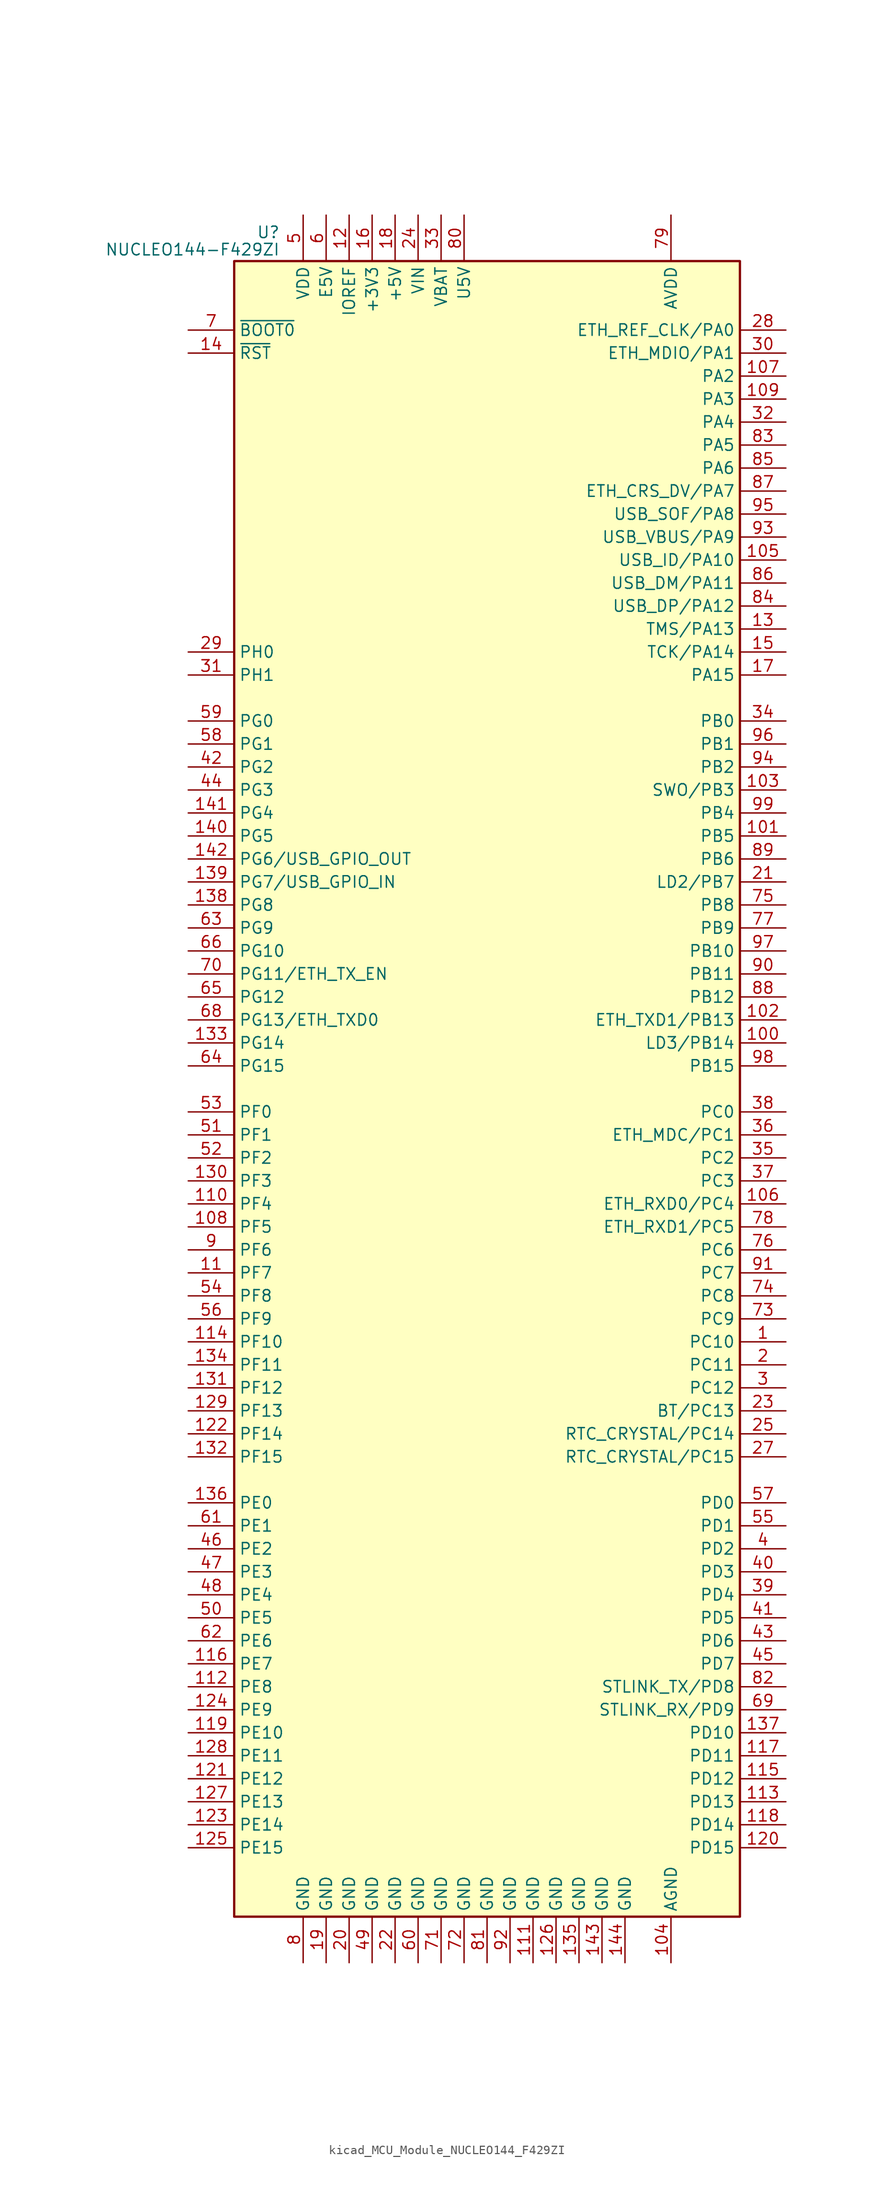
<source format=kicad_sym>
(kicad_symbol_lib
  (version 20220914)
  (generator kicad_symbol_editor)
  (symbol "kicad_MCU_Module_NUCLEO144_F429ZI"
    (property "Reference" "U"
      (at -22.86 94.615 0)
      (effects (font (size 1.27 1.27)) (justify right)))
    (property "Value" "NUCLEO144-F429ZI"
      (at -22.86 92.71 0)
      (effects (font (size 1.27 1.27)) (justify right)))
    (symbol "kicad_MCU_Module_NUCLEO144_F429ZI_0_1"
      (rectangle (start -27.94 -91.44) (end 27.94 91.44) (stroke (width 0.254) (type default)) (fill (type background))))
    (symbol "kicad_MCU_Module_NUCLEO144_F429ZI_1_1"
      (pin bidirectional line (at 33.02 -27.94 180) (length 5.08) (name "PC10" (effects (font (size 1.27 1.27)))) (number "1" (effects (font (size 1.27 1.27)))))
      (pin no_connect line (at -27.94 55.88 0) (length 5.08) hide (name "NC" (effects (font (size 1.27 1.27)))) (number "10" (effects (font (size 1.27 1.27)))))
      (pin bidirectional line (at 33.02 5.08 180) (length 5.08) (name "LD3/PB14" (effects (font (size 1.27 1.27)))) (number "100" (effects (font (size 1.27 1.27)))))
      (pin bidirectional line (at 33.02 27.94 180) (length 5.08) (name "PB5" (effects (font (size 1.27 1.27)))) (number "101" (effects (font (size 1.27 1.27)))))
      (pin bidirectional line (at 33.02 7.62 180) (length 5.08) (name "ETH_TXD1/PB13" (effects (font (size 1.27 1.27)))) (number "102" (effects (font (size 1.27 1.27)))))
      (pin bidirectional line (at 33.02 33.02 180) (length 5.08) (name "SWO/PB3" (effects (font (size 1.27 1.27)))) (number "103" (effects (font (size 1.27 1.27)))))
      (pin power_in line (at 20.32 -96.52 90) (length 5.08) (name "AGND" (effects (font (size 1.27 1.27)))) (number "104" (effects (font (size 1.27 1.27)))))
      (pin bidirectional line (at 33.02 58.42 180) (length 5.08) (name "USB_ID/PA10" (effects (font (size 1.27 1.27)))) (number "105" (effects (font (size 1.27 1.27)))))
      (pin bidirectional line (at 33.02 -12.7 180) (length 5.08) (name "ETH_RXD0/PC4" (effects (font (size 1.27 1.27)))) (number "106" (effects (font (size 1.27 1.27)))))
      (pin bidirectional line (at 33.02 78.74 180) (length 5.08) (name "PA2" (effects (font (size 1.27 1.27)))) (number "107" (effects (font (size 1.27 1.27)))))
      (pin bidirectional line (at -33.02 -15.24 0) (length 5.08) (name "PF5" (effects (font (size 1.27 1.27)))) (number "108" (effects (font (size 1.27 1.27)))))
      (pin bidirectional line (at 33.02 76.2 180) (length 5.08) (name "PA3" (effects (font (size 1.27 1.27)))) (number "109" (effects (font (size 1.27 1.27)))))
      (pin bidirectional line (at -33.02 -20.32 0) (length 5.08) (name "PF7" (effects (font (size 1.27 1.27)))) (number "11" (effects (font (size 1.27 1.27)))))
      (pin bidirectional line (at -33.02 -12.7 0) (length 5.08) (name "PF4" (effects (font (size 1.27 1.27)))) (number "110" (effects (font (size 1.27 1.27)))))
      (pin power_in line (at 5.08 -96.52 90) (length 5.08) (name "GND" (effects (font (size 1.27 1.27)))) (number "111" (effects (font (size 1.27 1.27)))))
      (pin bidirectional line (at -33.02 -66.04 0) (length 5.08) (name "PE8" (effects (font (size 1.27 1.27)))) (number "112" (effects (font (size 1.27 1.27)))))
      (pin bidirectional line (at 33.02 -78.74 180) (length 5.08) (name "PD13" (effects (font (size 1.27 1.27)))) (number "113" (effects (font (size 1.27 1.27)))))
      (pin bidirectional line (at -33.02 -27.94 0) (length 5.08) (name "PF10" (effects (font (size 1.27 1.27)))) (number "114" (effects (font (size 1.27 1.27)))))
      (pin bidirectional line (at 33.02 -76.2 180) (length 5.08) (name "PD12" (effects (font (size 1.27 1.27)))) (number "115" (effects (font (size 1.27 1.27)))))
      (pin bidirectional line (at -33.02 -63.5 0) (length 5.08) (name "PE7" (effects (font (size 1.27 1.27)))) (number "116" (effects (font (size 1.27 1.27)))))
      (pin bidirectional line (at 33.02 -73.66 180) (length 5.08) (name "PD11" (effects (font (size 1.27 1.27)))) (number "117" (effects (font (size 1.27 1.27)))))
      (pin bidirectional line (at 33.02 -81.28 180) (length 5.08) (name "PD14" (effects (font (size 1.27 1.27)))) (number "118" (effects (font (size 1.27 1.27)))))
      (pin bidirectional line (at -33.02 -71.12 0) (length 5.08) (name "PE10" (effects (font (size 1.27 1.27)))) (number "119" (effects (font (size 1.27 1.27)))))
      (pin power_in line (at -15.24 96.52 270) (length 5.08) (name "IOREF" (effects (font (size 1.27 1.27)))) (number "12" (effects (font (size 1.27 1.27)))))
      (pin bidirectional line (at 33.02 -83.82 180) (length 5.08) (name "PD15" (effects (font (size 1.27 1.27)))) (number "120" (effects (font (size 1.27 1.27)))))
      (pin bidirectional line (at -33.02 -76.2 0) (length 5.08) (name "PE12" (effects (font (size 1.27 1.27)))) (number "121" (effects (font (size 1.27 1.27)))))
      (pin bidirectional line (at -33.02 -38.1 0) (length 5.08) (name "PF14" (effects (font (size 1.27 1.27)))) (number "122" (effects (font (size 1.27 1.27)))))
      (pin bidirectional line (at -33.02 -81.28 0) (length 5.08) (name "PE14" (effects (font (size 1.27 1.27)))) (number "123" (effects (font (size 1.27 1.27)))))
      (pin bidirectional line (at -33.02 -68.58 0) (length 5.08) (name "PE9" (effects (font (size 1.27 1.27)))) (number "124" (effects (font (size 1.27 1.27)))))
      (pin bidirectional line (at -33.02 -83.82 0) (length 5.08) (name "PE15" (effects (font (size 1.27 1.27)))) (number "125" (effects (font (size 1.27 1.27)))))
      (pin power_in line (at 7.62 -96.52 90) (length 5.08) (name "GND" (effects (font (size 1.27 1.27)))) (number "126" (effects (font (size 1.27 1.27)))))
      (pin bidirectional line (at -33.02 -78.74 0) (length 5.08) (name "PE13" (effects (font (size 1.27 1.27)))) (number "127" (effects (font (size 1.27 1.27)))))
      (pin bidirectional line (at -33.02 -73.66 0) (length 5.08) (name "PE11" (effects (font (size 1.27 1.27)))) (number "128" (effects (font (size 1.27 1.27)))))
      (pin bidirectional line (at -33.02 -35.56 0) (length 5.08) (name "PF13" (effects (font (size 1.27 1.27)))) (number "129" (effects (font (size 1.27 1.27)))))
      (pin bidirectional line (at 33.02 50.8 180) (length 5.08) (name "TMS/PA13" (effects (font (size 1.27 1.27)))) (number "13" (effects (font (size 1.27 1.27)))))
      (pin bidirectional line (at -33.02 -10.16 0) (length 5.08) (name "PF3" (effects (font (size 1.27 1.27)))) (number "130" (effects (font (size 1.27 1.27)))))
      (pin bidirectional line (at -33.02 -33.02 0) (length 5.08) (name "PF12" (effects (font (size 1.27 1.27)))) (number "131" (effects (font (size 1.27 1.27)))))
      (pin bidirectional line (at -33.02 -40.64 0) (length 5.08) (name "PF15" (effects (font (size 1.27 1.27)))) (number "132" (effects (font (size 1.27 1.27)))))
      (pin bidirectional line (at -33.02 5.08 0) (length 5.08) (name "PG14" (effects (font (size 1.27 1.27)))) (number "133" (effects (font (size 1.27 1.27)))))
      (pin bidirectional line (at -33.02 -30.48 0) (length 5.08) (name "PF11" (effects (font (size 1.27 1.27)))) (number "134" (effects (font (size 1.27 1.27)))))
      (pin power_in line (at 10.16 -96.52 90) (length 5.08) (name "GND" (effects (font (size 1.27 1.27)))) (number "135" (effects (font (size 1.27 1.27)))))
      (pin bidirectional line (at -33.02 -45.72 0) (length 5.08) (name "PE0" (effects (font (size 1.27 1.27)))) (number "136" (effects (font (size 1.27 1.27)))))
      (pin bidirectional line (at 33.02 -71.12 180) (length 5.08) (name "PD10" (effects (font (size 1.27 1.27)))) (number "137" (effects (font (size 1.27 1.27)))))
      (pin bidirectional line (at -33.02 20.32 0) (length 5.08) (name "PG8" (effects (font (size 1.27 1.27)))) (number "138" (effects (font (size 1.27 1.27)))))
      (pin bidirectional line (at -33.02 22.86 0) (length 5.08) (name "PG7/USB_GPIO_IN" (effects (font (size 1.27 1.27)))) (number "139" (effects (font (size 1.27 1.27)))))
      (pin input line (at -33.02 81.28 0) (length 5.08) (name "~{RST}" (effects (font (size 1.27 1.27)))) (number "14" (effects (font (size 1.27 1.27)))))
      (pin bidirectional line (at -33.02 27.94 0) (length 5.08) (name "PG5" (effects (font (size 1.27 1.27)))) (number "140" (effects (font (size 1.27 1.27)))))
      (pin bidirectional line (at -33.02 30.48 0) (length 5.08) (name "PG4" (effects (font (size 1.27 1.27)))) (number "141" (effects (font (size 1.27 1.27)))))
      (pin bidirectional line (at -33.02 25.4 0) (length 5.08) (name "PG6/USB_GPIO_OUT" (effects (font (size 1.27 1.27)))) (number "142" (effects (font (size 1.27 1.27)))))
      (pin power_in line (at 12.7 -96.52 90) (length 5.08) (name "GND" (effects (font (size 1.27 1.27)))) (number "143" (effects (font (size 1.27 1.27)))))
      (pin power_in line (at 15.24 -96.52 90) (length 5.08) (name "GND" (effects (font (size 1.27 1.27)))) (number "144" (effects (font (size 1.27 1.27)))))
      (pin bidirectional line (at 33.02 48.26 180) (length 5.08) (name "TCK/PA14" (effects (font (size 1.27 1.27)))) (number "15" (effects (font (size 1.27 1.27)))))
      (pin power_in line (at -12.7 96.52 270) (length 5.08) (name "+3V3" (effects (font (size 1.27 1.27)))) (number "16" (effects (font (size 1.27 1.27)))))
      (pin bidirectional line (at 33.02 45.72 180) (length 5.08) (name "PA15" (effects (font (size 1.27 1.27)))) (number "17" (effects (font (size 1.27 1.27)))))
      (pin power_in line (at -10.16 96.52 270) (length 5.08) (name "+5V" (effects (font (size 1.27 1.27)))) (number "18" (effects (font (size 1.27 1.27)))))
      (pin power_in line (at -17.78 -96.52 90) (length 5.08) (name "GND" (effects (font (size 1.27 1.27)))) (number "19" (effects (font (size 1.27 1.27)))))
      (pin bidirectional line (at 33.02 -30.48 180) (length 5.08) (name "PC11" (effects (font (size 1.27 1.27)))) (number "2" (effects (font (size 1.27 1.27)))))
      (pin power_in line (at -15.24 -96.52 90) (length 5.08) (name "GND" (effects (font (size 1.27 1.27)))) (number "20" (effects (font (size 1.27 1.27)))))
      (pin bidirectional line (at 33.02 22.86 180) (length 5.08) (name "LD2/PB7" (effects (font (size 1.27 1.27)))) (number "21" (effects (font (size 1.27 1.27)))))
      (pin power_in line (at -10.16 -96.52 90) (length 5.08) (name "GND" (effects (font (size 1.27 1.27)))) (number "22" (effects (font (size 1.27 1.27)))))
      (pin bidirectional line (at 33.02 -35.56 180) (length 5.08) (name "BT/PC13" (effects (font (size 1.27 1.27)))) (number "23" (effects (font (size 1.27 1.27)))))
      (pin power_in line (at -7.62 96.52 270) (length 5.08) (name "VIN" (effects (font (size 1.27 1.27)))) (number "24" (effects (font (size 1.27 1.27)))))
      (pin bidirectional line (at 33.02 -38.1 180) (length 5.08) (name "RTC_CRYSTAL/PC14" (effects (font (size 1.27 1.27)))) (number "25" (effects (font (size 1.27 1.27)))))
      (pin no_connect line (at -27.94 58.42 0) (length 5.08) hide (name "NC" (effects (font (size 1.27 1.27)))) (number "26" (effects (font (size 1.27 1.27)))))
      (pin bidirectional line (at 33.02 -40.64 180) (length 5.08) (name "RTC_CRYSTAL/PC15" (effects (font (size 1.27 1.27)))) (number "27" (effects (font (size 1.27 1.27)))))
      (pin bidirectional line (at 33.02 83.82 180) (length 5.08) (name "ETH_REF_CLK/PA0" (effects (font (size 1.27 1.27)))) (number "28" (effects (font (size 1.27 1.27)))))
      (pin bidirectional line (at -33.02 48.26 0) (length 5.08) (name "PH0" (effects (font (size 1.27 1.27)))) (number "29" (effects (font (size 1.27 1.27)))))
      (pin bidirectional line (at 33.02 -33.02 180) (length 5.08) (name "PC12" (effects (font (size 1.27 1.27)))) (number "3" (effects (font (size 1.27 1.27)))))
      (pin bidirectional line (at 33.02 81.28 180) (length 5.08) (name "ETH_MDIO/PA1" (effects (font (size 1.27 1.27)))) (number "30" (effects (font (size 1.27 1.27)))))
      (pin bidirectional line (at -33.02 45.72 0) (length 5.08) (name "PH1" (effects (font (size 1.27 1.27)))) (number "31" (effects (font (size 1.27 1.27)))))
      (pin bidirectional line (at 33.02 73.66 180) (length 5.08) (name "PA4" (effects (font (size 1.27 1.27)))) (number "32" (effects (font (size 1.27 1.27)))))
      (pin power_in line (at -5.08 96.52 270) (length 5.08) (name "VBAT" (effects (font (size 1.27 1.27)))) (number "33" (effects (font (size 1.27 1.27)))))
      (pin bidirectional line (at 33.02 40.64 180) (length 5.08) (name "PB0" (effects (font (size 1.27 1.27)))) (number "34" (effects (font (size 1.27 1.27)))))
      (pin bidirectional line (at 33.02 -7.62 180) (length 5.08) (name "PC2" (effects (font (size 1.27 1.27)))) (number "35" (effects (font (size 1.27 1.27)))))
      (pin bidirectional line (at 33.02 -5.08 180) (length 5.08) (name "ETH_MDC/PC1" (effects (font (size 1.27 1.27)))) (number "36" (effects (font (size 1.27 1.27)))))
      (pin bidirectional line (at 33.02 -10.16 180) (length 5.08) (name "PC3" (effects (font (size 1.27 1.27)))) (number "37" (effects (font (size 1.27 1.27)))))
      (pin bidirectional line (at 33.02 -2.54 180) (length 5.08) (name "PC0" (effects (font (size 1.27 1.27)))) (number "38" (effects (font (size 1.27 1.27)))))
      (pin bidirectional line (at 33.02 -55.88 180) (length 5.08) (name "PD4" (effects (font (size 1.27 1.27)))) (number "39" (effects (font (size 1.27 1.27)))))
      (pin bidirectional line (at 33.02 -50.8 180) (length 5.08) (name "PD2" (effects (font (size 1.27 1.27)))) (number "4" (effects (font (size 1.27 1.27)))))
      (pin bidirectional line (at 33.02 -53.34 180) (length 5.08) (name "PD3" (effects (font (size 1.27 1.27)))) (number "40" (effects (font (size 1.27 1.27)))))
      (pin bidirectional line (at 33.02 -58.42 180) (length 5.08) (name "PD5" (effects (font (size 1.27 1.27)))) (number "41" (effects (font (size 1.27 1.27)))))
      (pin bidirectional line (at -33.02 35.56 0) (length 5.08) (name "PG2" (effects (font (size 1.27 1.27)))) (number "42" (effects (font (size 1.27 1.27)))))
      (pin bidirectional line (at 33.02 -60.96 180) (length 5.08) (name "PD6" (effects (font (size 1.27 1.27)))) (number "43" (effects (font (size 1.27 1.27)))))
      (pin bidirectional line (at -33.02 33.02 0) (length 5.08) (name "PG3" (effects (font (size 1.27 1.27)))) (number "44" (effects (font (size 1.27 1.27)))))
      (pin bidirectional line (at 33.02 -63.5 180) (length 5.08) (name "PD7" (effects (font (size 1.27 1.27)))) (number "45" (effects (font (size 1.27 1.27)))))
      (pin bidirectional line (at -33.02 -50.8 0) (length 5.08) (name "PE2" (effects (font (size 1.27 1.27)))) (number "46" (effects (font (size 1.27 1.27)))))
      (pin bidirectional line (at -33.02 -53.34 0) (length 5.08) (name "PE3" (effects (font (size 1.27 1.27)))) (number "47" (effects (font (size 1.27 1.27)))))
      (pin bidirectional line (at -33.02 -55.88 0) (length 5.08) (name "PE4" (effects (font (size 1.27 1.27)))) (number "48" (effects (font (size 1.27 1.27)))))
      (pin power_in line (at -12.7 -96.52 90) (length 5.08) (name "GND" (effects (font (size 1.27 1.27)))) (number "49" (effects (font (size 1.27 1.27)))))
      (pin power_in line (at -20.32 96.52 270) (length 5.08) (name "VDD" (effects (font (size 1.27 1.27)))) (number "5" (effects (font (size 1.27 1.27)))))
      (pin bidirectional line (at -33.02 -58.42 0) (length 5.08) (name "PE5" (effects (font (size 1.27 1.27)))) (number "50" (effects (font (size 1.27 1.27)))))
      (pin bidirectional line (at -33.02 -5.08 0) (length 5.08) (name "PF1" (effects (font (size 1.27 1.27)))) (number "51" (effects (font (size 1.27 1.27)))))
      (pin bidirectional line (at -33.02 -7.62 0) (length 5.08) (name "PF2" (effects (font (size 1.27 1.27)))) (number "52" (effects (font (size 1.27 1.27)))))
      (pin bidirectional line (at -33.02 -2.54 0) (length 5.08) (name "PF0" (effects (font (size 1.27 1.27)))) (number "53" (effects (font (size 1.27 1.27)))))
      (pin bidirectional line (at -33.02 -22.86 0) (length 5.08) (name "PF8" (effects (font (size 1.27 1.27)))) (number "54" (effects (font (size 1.27 1.27)))))
      (pin bidirectional line (at 33.02 -48.26 180) (length 5.08) (name "PD1" (effects (font (size 1.27 1.27)))) (number "55" (effects (font (size 1.27 1.27)))))
      (pin bidirectional line (at -33.02 -25.4 0) (length 5.08) (name "PF9" (effects (font (size 1.27 1.27)))) (number "56" (effects (font (size 1.27 1.27)))))
      (pin bidirectional line (at 33.02 -45.72 180) (length 5.08) (name "PD0" (effects (font (size 1.27 1.27)))) (number "57" (effects (font (size 1.27 1.27)))))
      (pin bidirectional line (at -33.02 38.1 0) (length 5.08) (name "PG1" (effects (font (size 1.27 1.27)))) (number "58" (effects (font (size 1.27 1.27)))))
      (pin bidirectional line (at -33.02 40.64 0) (length 5.08) (name "PG0" (effects (font (size 1.27 1.27)))) (number "59" (effects (font (size 1.27 1.27)))))
      (pin power_in line (at -17.78 96.52 270) (length 5.08) (name "E5V" (effects (font (size 1.27 1.27)))) (number "6" (effects (font (size 1.27 1.27)))))
      (pin power_in line (at -7.62 -96.52 90) (length 5.08) (name "GND" (effects (font (size 1.27 1.27)))) (number "60" (effects (font (size 1.27 1.27)))))
      (pin bidirectional line (at -33.02 -48.26 0) (length 5.08) (name "PE1" (effects (font (size 1.27 1.27)))) (number "61" (effects (font (size 1.27 1.27)))))
      (pin bidirectional line (at -33.02 -60.96 0) (length 5.08) (name "PE6" (effects (font (size 1.27 1.27)))) (number "62" (effects (font (size 1.27 1.27)))))
      (pin bidirectional line (at -33.02 17.78 0) (length 5.08) (name "PG9" (effects (font (size 1.27 1.27)))) (number "63" (effects (font (size 1.27 1.27)))))
      (pin bidirectional line (at -33.02 2.54 0) (length 5.08) (name "PG15" (effects (font (size 1.27 1.27)))) (number "64" (effects (font (size 1.27 1.27)))))
      (pin bidirectional line (at -33.02 10.16 0) (length 5.08) (name "PG12" (effects (font (size 1.27 1.27)))) (number "65" (effects (font (size 1.27 1.27)))))
      (pin bidirectional line (at -33.02 15.24 0) (length 5.08) (name "PG10" (effects (font (size 1.27 1.27)))) (number "66" (effects (font (size 1.27 1.27)))))
      (pin no_connect line (at -27.94 53.34 0) (length 5.08) hide (name "NC" (effects (font (size 1.27 1.27)))) (number "67" (effects (font (size 1.27 1.27)))))
      (pin bidirectional line (at -33.02 7.62 0) (length 5.08) (name "PG13/ETH_TXD0" (effects (font (size 1.27 1.27)))) (number "68" (effects (font (size 1.27 1.27)))))
      (pin bidirectional line (at 33.02 -68.58 180) (length 5.08) (name "STLINK_RX/PD9" (effects (font (size 1.27 1.27)))) (number "69" (effects (font (size 1.27 1.27)))))
      (pin input line (at -33.02 83.82 0) (length 5.08) (name "~{BOOT0}" (effects (font (size 1.27 1.27)))) (number "7" (effects (font (size 1.27 1.27)))))
      (pin bidirectional line (at -33.02 12.7 0) (length 5.08) (name "PG11/ETH_TX_EN" (effects (font (size 1.27 1.27)))) (number "70" (effects (font (size 1.27 1.27)))))
      (pin power_in line (at -5.08 -96.52 90) (length 5.08) (name "GND" (effects (font (size 1.27 1.27)))) (number "71" (effects (font (size 1.27 1.27)))))
      (pin power_in line (at -2.54 -96.52 90) (length 5.08) (name "GND" (effects (font (size 1.27 1.27)))) (number "72" (effects (font (size 1.27 1.27)))))
      (pin bidirectional line (at 33.02 -25.4 180) (length 5.08) (name "PC9" (effects (font (size 1.27 1.27)))) (number "73" (effects (font (size 1.27 1.27)))))
      (pin bidirectional line (at 33.02 -22.86 180) (length 5.08) (name "PC8" (effects (font (size 1.27 1.27)))) (number "74" (effects (font (size 1.27 1.27)))))
      (pin bidirectional line (at 33.02 20.32 180) (length 5.08) (name "PB8" (effects (font (size 1.27 1.27)))) (number "75" (effects (font (size 1.27 1.27)))))
      (pin bidirectional line (at 33.02 -17.78 180) (length 5.08) (name "PC6" (effects (font (size 1.27 1.27)))) (number "76" (effects (font (size 1.27 1.27)))))
      (pin bidirectional line (at 33.02 17.78 180) (length 5.08) (name "PB9" (effects (font (size 1.27 1.27)))) (number "77" (effects (font (size 1.27 1.27)))))
      (pin bidirectional line (at 33.02 -15.24 180) (length 5.08) (name "ETH_RXD1/PC5" (effects (font (size 1.27 1.27)))) (number "78" (effects (font (size 1.27 1.27)))))
      (pin power_in line (at 20.32 96.52 270) (length 5.08) (name "AVDD" (effects (font (size 1.27 1.27)))) (number "79" (effects (font (size 1.27 1.27)))))
      (pin power_in line (at -20.32 -96.52 90) (length 5.08) (name "GND" (effects (font (size 1.27 1.27)))) (number "8" (effects (font (size 1.27 1.27)))))
      (pin power_in line (at -2.54 96.52 270) (length 5.08) (name "U5V" (effects (font (size 1.27 1.27)))) (number "80" (effects (font (size 1.27 1.27)))))
      (pin power_in line (at 0 -96.52 90) (length 5.08) (name "GND" (effects (font (size 1.27 1.27)))) (number "81" (effects (font (size 1.27 1.27)))))
      (pin bidirectional line (at 33.02 -66.04 180) (length 5.08) (name "STLINK_TX/PD8" (effects (font (size 1.27 1.27)))) (number "82" (effects (font (size 1.27 1.27)))))
      (pin bidirectional line (at 33.02 71.12 180) (length 5.08) (name "PA5" (effects (font (size 1.27 1.27)))) (number "83" (effects (font (size 1.27 1.27)))))
      (pin bidirectional line (at 33.02 53.34 180) (length 5.08) (name "USB_DP/PA12" (effects (font (size 1.27 1.27)))) (number "84" (effects (font (size 1.27 1.27)))))
      (pin bidirectional line (at 33.02 68.58 180) (length 5.08) (name "PA6" (effects (font (size 1.27 1.27)))) (number "85" (effects (font (size 1.27 1.27)))))
      (pin bidirectional line (at 33.02 55.88 180) (length 5.08) (name "USB_DM/PA11" (effects (font (size 1.27 1.27)))) (number "86" (effects (font (size 1.27 1.27)))))
      (pin bidirectional line (at 33.02 66.04 180) (length 5.08) (name "ETH_CRS_DV/PA7" (effects (font (size 1.27 1.27)))) (number "87" (effects (font (size 1.27 1.27)))))
      (pin bidirectional line (at 33.02 10.16 180) (length 5.08) (name "PB12" (effects (font (size 1.27 1.27)))) (number "88" (effects (font (size 1.27 1.27)))))
      (pin bidirectional line (at 33.02 25.4 180) (length 5.08) (name "PB6" (effects (font (size 1.27 1.27)))) (number "89" (effects (font (size 1.27 1.27)))))
      (pin bidirectional line (at -33.02 -17.78 0) (length 5.08) (name "PF6" (effects (font (size 1.27 1.27)))) (number "9" (effects (font (size 1.27 1.27)))))
      (pin bidirectional line (at 33.02 12.7 180) (length 5.08) (name "PB11" (effects (font (size 1.27 1.27)))) (number "90" (effects (font (size 1.27 1.27)))))
      (pin bidirectional line (at 33.02 -20.32 180) (length 5.08) (name "PC7" (effects (font (size 1.27 1.27)))) (number "91" (effects (font (size 1.27 1.27)))))
      (pin power_in line (at 2.54 -96.52 90) (length 5.08) (name "GND" (effects (font (size 1.27 1.27)))) (number "92" (effects (font (size 1.27 1.27)))))
      (pin bidirectional line (at 33.02 60.96 180) (length 5.08) (name "USB_VBUS/PA9" (effects (font (size 1.27 1.27)))) (number "93" (effects (font (size 1.27 1.27)))))
      (pin bidirectional line (at 33.02 35.56 180) (length 5.08) (name "PB2" (effects (font (size 1.27 1.27)))) (number "94" (effects (font (size 1.27 1.27)))))
      (pin bidirectional line (at 33.02 63.5 180) (length 5.08) (name "USB_SOF/PA8" (effects (font (size 1.27 1.27)))) (number "95" (effects (font (size 1.27 1.27)))))
      (pin bidirectional line (at 33.02 38.1 180) (length 5.08) (name "PB1" (effects (font (size 1.27 1.27)))) (number "96" (effects (font (size 1.27 1.27)))))
      (pin bidirectional line (at 33.02 15.24 180) (length 5.08) (name "PB10" (effects (font (size 1.27 1.27)))) (number "97" (effects (font (size 1.27 1.27)))))
      (pin bidirectional line (at 33.02 2.54 180) (length 5.08) (name "PB15" (effects (font (size 1.27 1.27)))) (number "98" (effects (font (size 1.27 1.27)))))
      (pin bidirectional line (at 33.02 30.48 180) (length 5.08) (name "PB4" (effects (font (size 1.27 1.27)))) (number "99" (effects (font (size 1.27 1.27))))))))
</source>
